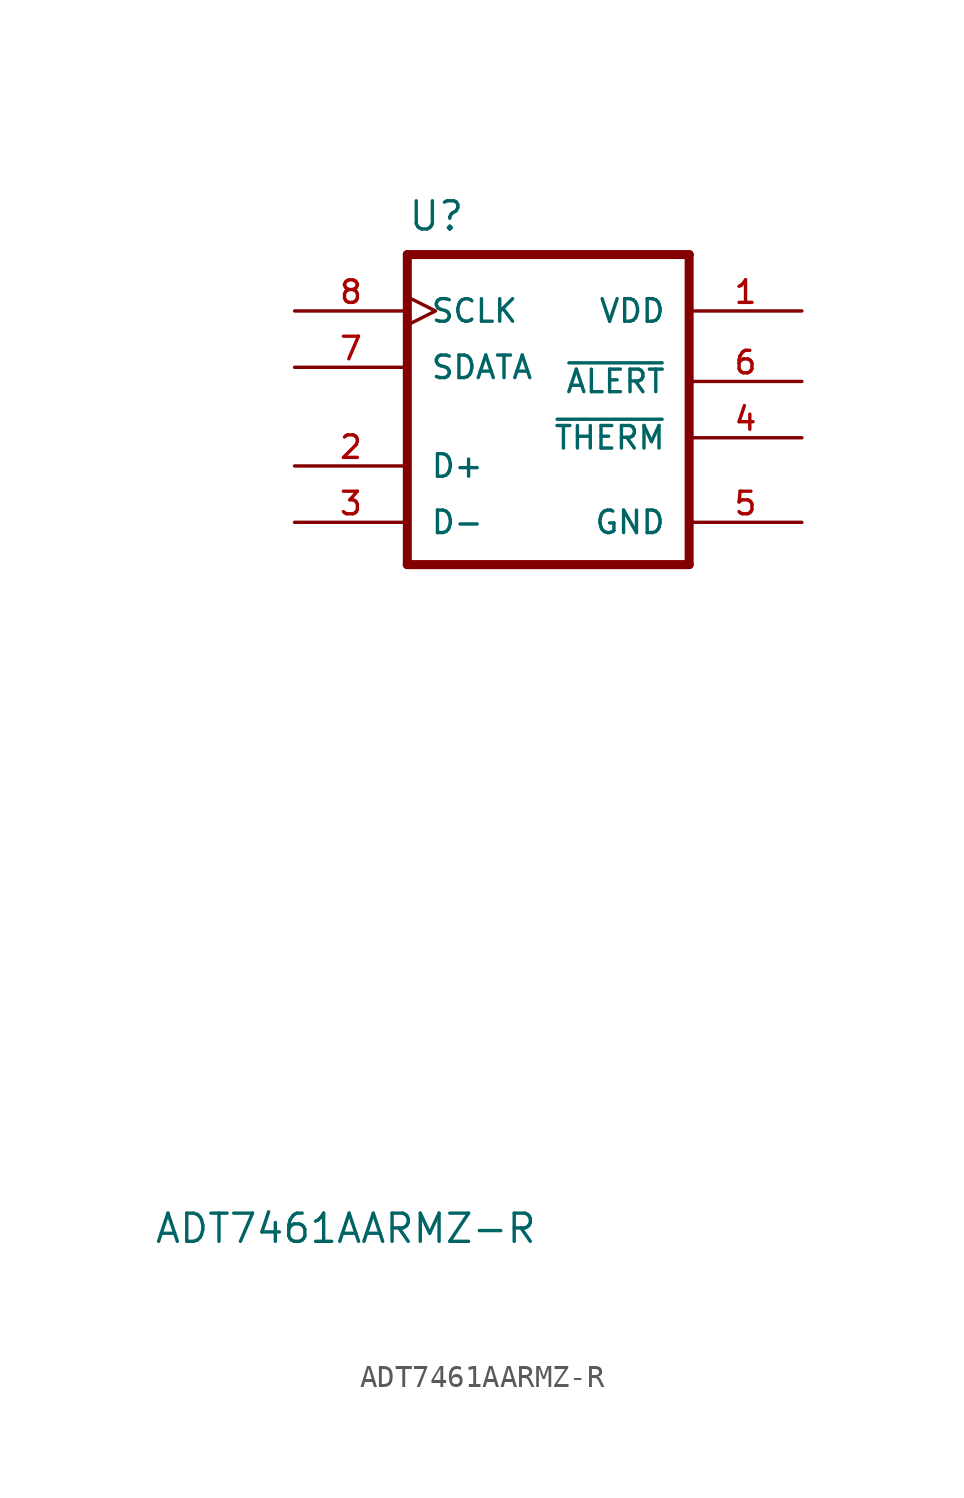
<source format=kicad_sym>
(kicad_symbol_lib
  (version 20200908)
  (generator kicad_symbol_editor)
  (symbol "ADT7461AARMZ-R:ADT7461AARMZ-R"
    (pin_names
      (offset 1.016))
    (property "Reference" "U"
      (at -6.35 21.311 0)
      (effects (font (size 1.27 1.27)) (justify left bottom)))
    (property "Value" "ADT7461AARMZ-R"
      (at -17.78 -24.308 0)
      (effects (font (size 1.27 1.27)) (justify left bottom)))
    (property "ki_locked" ""
      (at 0 0 0)
      (effects (font (size 1.27 1.27))))
    (symbol "ADT7461AARMZ-R_0_0"
      (polyline (pts (xy -6.35 20.32) (xy 6.35 20.32)) (stroke (width 0.406)) (fill (type none)))
      (polyline (pts (xy 6.35 20.32) (xy 6.35 6.35)) (stroke (width 0.406)) (fill (type none)))
      (polyline (pts (xy 6.35 6.35) (xy -6.35 6.35)) (stroke (width 0.406)) (fill (type none)))
      (polyline (pts (xy -6.35 6.35) (xy -6.35 20.32)) (stroke (width 0.406)) (fill (type none)))
      (pin input clock (at -11.43 17.78 0) (length 5.08) (name "SCLK" (effects (font (size 1.016 1.016)))) (number "8" (effects (font (size 1.016 1.016)))))
      (pin output line (at 11.43 14.605 180) (length 5.08) (name "~ALERT" (effects (font (size 1.016 1.016)))) (number "6" (effects (font (size 1.016 1.016)))))
      (pin bidirectional line (at -11.43 10.795 0) (length 5.08) (name "D+" (effects (font (size 1.016 1.016)))) (number "2" (effects (font (size 1.016 1.016)))))
      (pin bidirectional line (at -11.43 8.255 0) (length 5.08) (name "D-" (effects (font (size 1.016 1.016)))) (number "3" (effects (font (size 1.016 1.016)))))
      (pin bidirectional line (at -11.43 15.24 0) (length 5.08) (name "SDATA" (effects (font (size 1.016 1.016)))) (number "7" (effects (font (size 1.016 1.016)))))
      (pin output line (at 11.43 12.065 180) (length 5.08) (name "~THERM" (effects (font (size 1.016 1.016)))) (number "4" (effects (font (size 1.016 1.016)))))
      (pin power_in line (at 11.43 17.78 180) (length 5.08) (name "VDD" (effects (font (size 1.016 1.016)))) (number "1" (effects (font (size 1.016 1.016)))))
      (pin power_in line (at 11.43 8.255 180) (length 5.08) (name "GND" (effects (font (size 1.016 1.016)))) (number "5" (effects (font (size 1.016 1.016))))))))
</source>
